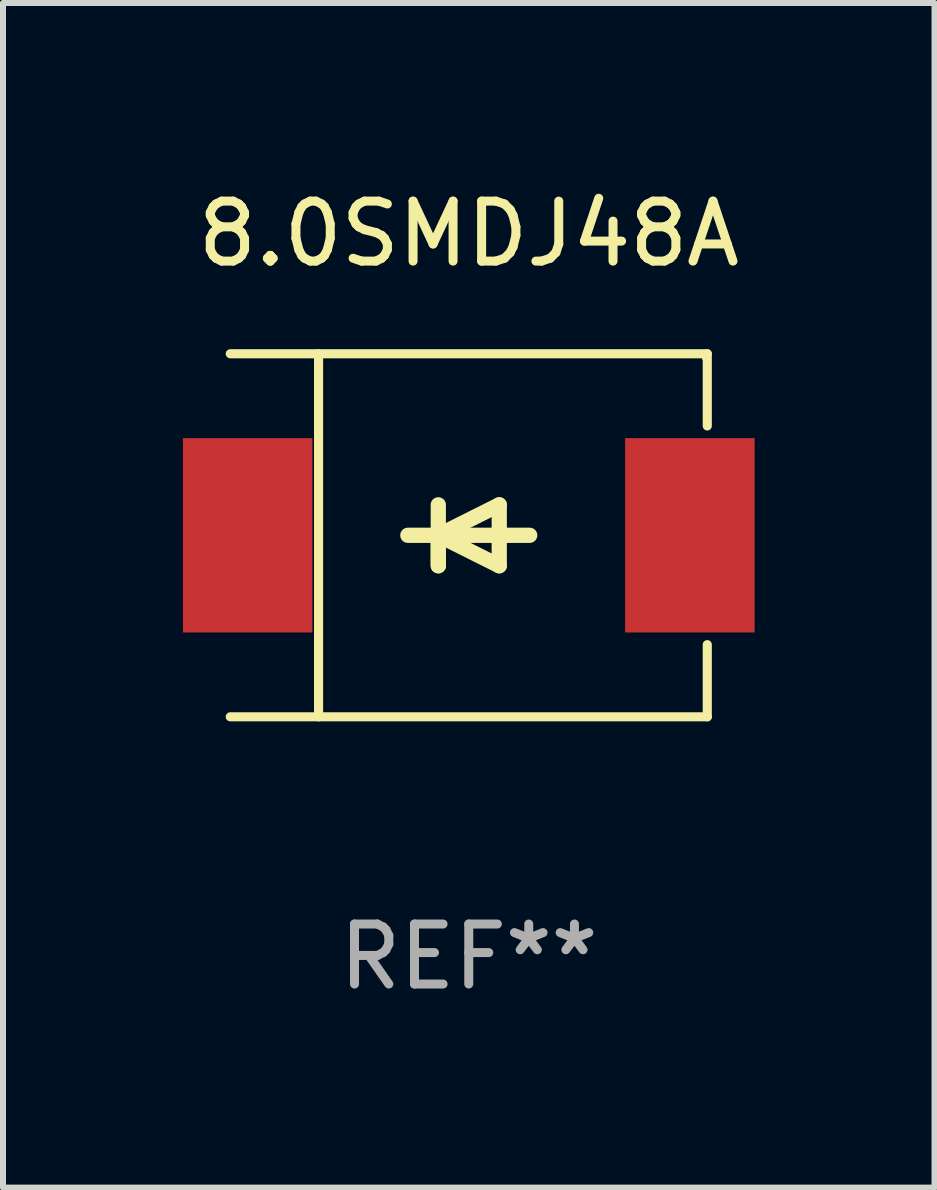
<source format=kicad_pcb>
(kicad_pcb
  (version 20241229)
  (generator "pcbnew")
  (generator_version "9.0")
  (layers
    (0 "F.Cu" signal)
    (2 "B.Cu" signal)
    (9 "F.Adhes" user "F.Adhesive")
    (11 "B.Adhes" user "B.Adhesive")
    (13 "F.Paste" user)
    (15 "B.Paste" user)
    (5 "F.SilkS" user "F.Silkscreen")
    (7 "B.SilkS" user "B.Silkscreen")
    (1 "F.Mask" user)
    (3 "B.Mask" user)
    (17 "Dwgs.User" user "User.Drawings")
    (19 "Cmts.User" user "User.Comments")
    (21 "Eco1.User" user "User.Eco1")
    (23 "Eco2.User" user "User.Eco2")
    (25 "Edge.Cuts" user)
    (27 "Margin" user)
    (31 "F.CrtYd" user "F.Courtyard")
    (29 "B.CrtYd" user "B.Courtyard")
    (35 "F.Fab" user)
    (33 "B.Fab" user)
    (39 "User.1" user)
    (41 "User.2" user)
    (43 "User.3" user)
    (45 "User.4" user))
  (footprint "8.0SMDJ48A"
    (layer "F.Cu")
    (at 4.765 5.874)
    (property "Reference" "8.0SMDJ48A" (at 0 -5.026 0) (layer "F.SilkS") (effects (font (size 1 1) (thickness 0.15))))
    (attr through_hole)
    (fp_line (start -3.976 -3.026) (end 3.976 -3.026) (stroke (width 0.152) (type solid)) (layer "F.SilkS"))
    (fp_line (start -3.976 3.026) (end 3.976 3.026) (stroke (width 0.152) (type solid)) (layer "F.SilkS"))
    (fp_line (start -2.504 -3.026) (end -2.504 3.026) (stroke (width 0.152) (type solid)) (layer "F.SilkS"))
    (fp_line (start -0.508 0) (end -0.508 0.508) (stroke (width 0.254) (type solid)) (layer "F.SilkS"))
    (fp_line (start -0.508 0) (end 0.508 0.508) (stroke (width 0.254) (type solid)) (layer "F.SilkS"))
    (fp_line (start -0.508 0.508) (end -0.508 -0.508) (stroke (width 0.254) (type solid)) (layer "F.SilkS"))
    (fp_line (start 0.508 -0.508) (end -0.508 0) (stroke (width 0.254) (type solid)) (layer "F.SilkS"))
    (fp_line (start 0.508 0.508) (end 0.508 -0.508) (stroke (width 0.254) (type solid)) (layer "F.SilkS"))
    (fp_line (start 1.016 0) (end -1.016 0) (stroke (width 0.254) (type solid)) (layer "F.SilkS"))
    (fp_line (start 3.976 -3.026) (end 3.976 -1.823) (stroke (width 0.152) (type solid)) (layer "F.SilkS"))
    (fp_line (start 3.976 3.026) (end 3.976 1.823) (stroke (width 0.152) (type solid)) (layer "F.SilkS"))
    (fp_circle (center 3.95 -2.95) (end 3.98 -2.95) (stroke (width 0.06) (type solid)) (fill no) (layer "F.SilkS"))
    (fp_text user "REF**" (at 0 7.026 0) (layer "F.Fab") (effects (font (size 1 1) (thickness 0.15))))
    (pad "1" smd rect (at 3.686 0 180) (size 2.158 3.24) (layers "F.Cu" "F.Mask" "F.Paste"))
    (pad "2" smd rect (at -3.686 0 180) (size 2.158 3.24) (layers "F.Cu" "F.Mask" "F.Paste")))
  (gr_rect
    (start -3 -3)
    (end 12.53 16.749)
    (stroke (width 0.1) (type default))
    (fill no)
    (layer "Edge.Cuts")))
</source>
